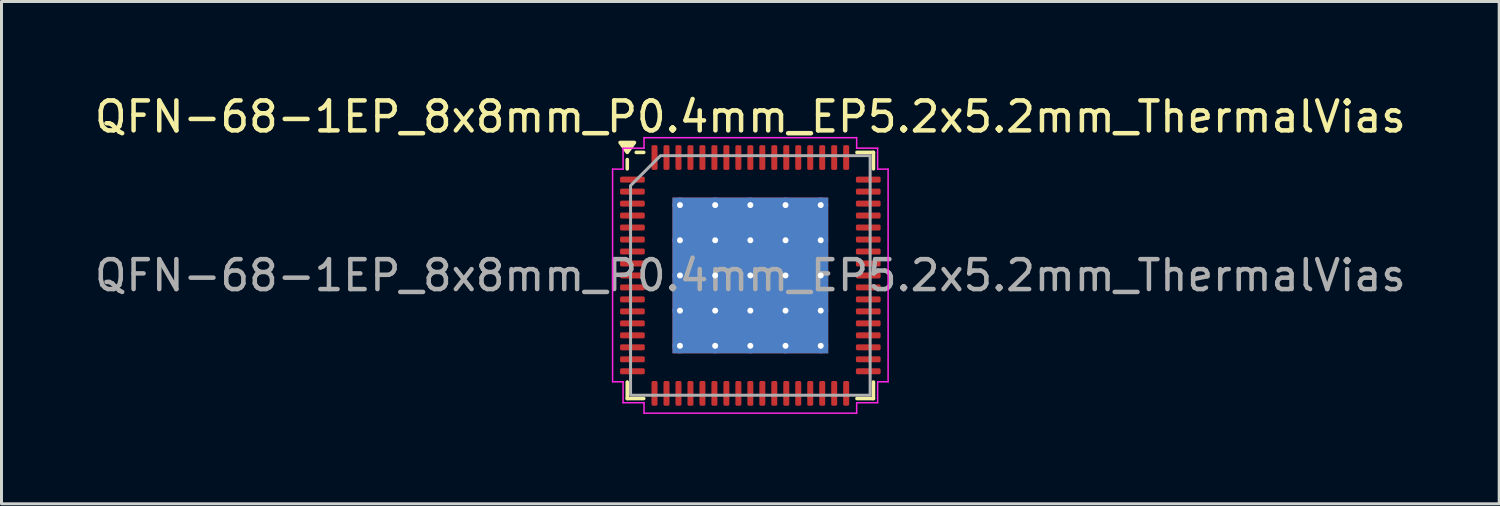
<source format=kicad_pcb>
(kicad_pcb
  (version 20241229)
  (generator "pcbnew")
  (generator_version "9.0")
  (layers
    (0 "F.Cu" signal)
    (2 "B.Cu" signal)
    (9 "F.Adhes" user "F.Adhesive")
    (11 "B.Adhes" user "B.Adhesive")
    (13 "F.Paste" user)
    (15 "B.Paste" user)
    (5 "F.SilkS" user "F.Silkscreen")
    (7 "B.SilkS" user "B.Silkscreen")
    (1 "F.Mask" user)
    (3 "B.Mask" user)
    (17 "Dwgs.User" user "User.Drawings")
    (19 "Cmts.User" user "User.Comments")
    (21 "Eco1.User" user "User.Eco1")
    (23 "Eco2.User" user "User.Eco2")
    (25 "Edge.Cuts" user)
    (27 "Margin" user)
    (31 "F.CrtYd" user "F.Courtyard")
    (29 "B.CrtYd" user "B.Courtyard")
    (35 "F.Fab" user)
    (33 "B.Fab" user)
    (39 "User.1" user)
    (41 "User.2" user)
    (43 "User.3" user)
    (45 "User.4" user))
  (footprint "QFN-68-1EP_8x8mm_P0.4mm_EP5.2x5.2mm_ThermalVias"
    (layer "F.Cu")
    (at 22.006 6.148)
    (property "Reference" "QFN-68-1EP_8x8mm_P0.4mm_EP5.2x5.2mm_ThermalVias" (at 0 -5.3 0) (layer "F.SilkS") (effects (font (size 1 1) (thickness 0.15))))
    (attr smd)
    (fp_line (start -4.11 -3.56) (end -4.11 -3.87) (stroke (width 0.12) (type solid)) (layer "F.SilkS"))
    (fp_line (start -4.11 4.11) (end -4.11 3.56) (stroke (width 0.12) (type solid)) (layer "F.SilkS"))
    (fp_line (start -3.56 -4.11) (end -3.81 -4.11) (stroke (width 0.12) (type solid)) (layer "F.SilkS"))
    (fp_line (start -3.56 4.11) (end -4.11 4.11) (stroke (width 0.12) (type solid)) (layer "F.SilkS"))
    (fp_line (start 3.56 -4.11) (end 4.11 -4.11) (stroke (width 0.12) (type solid)) (layer "F.SilkS"))
    (fp_line (start 3.56 4.11) (end 4.11 4.11) (stroke (width 0.12) (type solid)) (layer "F.SilkS"))
    (fp_line (start 4.11 -4.11) (end 4.11 -3.56) (stroke (width 0.12) (type solid)) (layer "F.SilkS"))
    (fp_line (start 4.11 4.11) (end 4.11 3.56) (stroke (width 0.12) (type solid)) (layer "F.SilkS"))
    (fp_poly (pts (xy -4.11 -4.11) (xy -4.35 -4.44) (xy -3.87 -4.44)) (stroke (width 0.12) (type solid)) (fill yes) (layer "F.SilkS"))
    (fp_line (start -4.6 -3.55) (end -4.25 -3.55) (stroke (width 0.05) (type solid)) (layer "F.CrtYd"))
    (fp_line (start -4.6 3.55) (end -4.6 -3.55) (stroke (width 0.05) (type solid)) (layer "F.CrtYd"))
    (fp_line (start -4.25 -4.25) (end -3.55 -4.25) (stroke (width 0.05) (type solid)) (layer "F.CrtYd"))
    (fp_line (start -4.25 -3.55) (end -4.25 -4.25) (stroke (width 0.05) (type solid)) (layer "F.CrtYd"))
    (fp_line (start -4.25 3.55) (end -4.6 3.55) (stroke (width 0.05) (type solid)) (layer "F.CrtYd"))
    (fp_line (start -4.25 4.25) (end -4.25 3.55) (stroke (width 0.05) (type solid)) (layer "F.CrtYd"))
    (fp_line (start -3.55 -4.6) (end 3.55 -4.6) (stroke (width 0.05) (type solid)) (layer "F.CrtYd"))
    (fp_line (start -3.55 -4.25) (end -3.55 -4.6) (stroke (width 0.05) (type solid)) (layer "F.CrtYd"))
    (fp_line (start -3.55 4.25) (end -4.25 4.25) (stroke (width 0.05) (type solid)) (layer "F.CrtYd"))
    (fp_line (start -3.55 4.6) (end -3.55 4.25) (stroke (width 0.05) (type solid)) (layer "F.CrtYd"))
    (fp_line (start 3.55 -4.6) (end 3.55 -4.25) (stroke (width 0.05) (type solid)) (layer "F.CrtYd"))
    (fp_line (start 3.55 -4.25) (end 4.25 -4.25) (stroke (width 0.05) (type solid)) (layer "F.CrtYd"))
    (fp_line (start 3.55 4.25) (end 3.55 4.6) (stroke (width 0.05) (type solid)) (layer "F.CrtYd"))
    (fp_line (start 3.55 4.6) (end -3.55 4.6) (stroke (width 0.05) (type solid)) (layer "F.CrtYd"))
    (fp_line (start 4.25 -4.25) (end 4.25 -3.55) (stroke (width 0.05) (type solid)) (layer "F.CrtYd"))
    (fp_line (start 4.25 -3.55) (end 4.6 -3.55) (stroke (width 0.05) (type solid)) (layer "F.CrtYd"))
    (fp_line (start 4.25 3.55) (end 4.25 4.25) (stroke (width 0.05) (type solid)) (layer "F.CrtYd"))
    (fp_line (start 4.25 4.25) (end 3.55 4.25) (stroke (width 0.05) (type solid)) (layer "F.CrtYd"))
    (fp_line (start 4.6 -3.55) (end 4.6 3.55) (stroke (width 0.05) (type solid)) (layer "F.CrtYd"))
    (fp_line (start 4.6 3.55) (end 4.25 3.55) (stroke (width 0.05) (type solid)) (layer "F.CrtYd"))
    (fp_poly (pts (xy -4 -3) (xy -4 4) (xy 4 4) (xy 4 -4) (xy -3 -4)) (stroke (width 0.1) (type solid)) (fill no) (layer "F.Fab"))
    (fp_text user "${REFERENCE}" (at 0 0 0) (layer "F.Fab") (effects (font (size 1 1) (thickness 0.15))))
    (pad "" smd roundrect (at -1.95 -1.95) (size 1.01 1.01) (layers "F.Paste") (roundrect_rratio 0.248))
    (pad "" smd roundrect (at -1.95 -0.65) (size 1.01 1.01) (layers "F.Paste") (roundrect_rratio 0.248))
    (pad "" smd roundrect (at -1.95 0.65) (size 1.01 1.01) (layers "F.Paste") (roundrect_rratio 0.248))
    (pad "" smd roundrect (at -1.95 1.95) (size 1.01 1.01) (layers "F.Paste") (roundrect_rratio 0.248))
    (pad "" smd roundrect (at -0.65 -1.95) (size 1.01 1.01) (layers "F.Paste") (roundrect_rratio 0.248))
    (pad "" smd roundrect (at -0.65 -0.65) (size 1.01 1.01) (layers "F.Paste") (roundrect_rratio 0.248))
    (pad "" smd roundrect (at -0.65 0.65) (size 1.01 1.01) (layers "F.Paste") (roundrect_rratio 0.248))
    (pad "" smd roundrect (at -0.65 1.95) (size 1.01 1.01) (layers "F.Paste") (roundrect_rratio 0.248))
    (pad "" smd roundrect (at 0.65 -1.95) (size 1.01 1.01) (layers "F.Paste") (roundrect_rratio 0.248))
    (pad "" smd roundrect (at 0.65 -0.65) (size 1.01 1.01) (layers "F.Paste") (roundrect_rratio 0.248))
    (pad "" smd roundrect (at 0.65 0.65) (size 1.01 1.01) (layers "F.Paste") (roundrect_rratio 0.248))
    (pad "" smd roundrect (at 0.65 1.95) (size 1.01 1.01) (layers "F.Paste") (roundrect_rratio 0.248))
    (pad "" smd roundrect (at 1.95 -1.95) (size 1.01 1.01) (layers "F.Paste") (roundrect_rratio 0.248))
    (pad "" smd roundrect (at 1.95 -0.65) (size 1.01 1.01) (layers "F.Paste") (roundrect_rratio 0.248))
    (pad "" smd roundrect (at 1.95 0.65) (size 1.01 1.01) (layers "F.Paste") (roundrect_rratio 0.248))
    (pad "" smd roundrect (at 1.95 1.95) (size 1.01 1.01) (layers "F.Paste") (roundrect_rratio 0.248))
    (pad "1" smd roundrect (at -3.938 -3.2) (size 0.825 0.2) (layers "F.Cu" "F.Mask" "F.Paste") (roundrect_rratio 0.25))
    (pad "2" smd roundrect (at -3.938 -2.8) (size 0.825 0.2) (layers "F.Cu" "F.Mask" "F.Paste") (roundrect_rratio 0.25))
    (pad "3" smd roundrect (at -3.938 -2.4) (size 0.825 0.2) (layers "F.Cu" "F.Mask" "F.Paste") (roundrect_rratio 0.25))
    (pad "4" smd roundrect (at -3.938 -2) (size 0.825 0.2) (layers "F.Cu" "F.Mask" "F.Paste") (roundrect_rratio 0.25))
    (pad "5" smd roundrect (at -3.938 -1.6) (size 0.825 0.2) (layers "F.Cu" "F.Mask" "F.Paste") (roundrect_rratio 0.25))
    (pad "6" smd roundrect (at -3.938 -1.2) (size 0.825 0.2) (layers "F.Cu" "F.Mask" "F.Paste") (roundrect_rratio 0.25))
    (pad "7" smd roundrect (at -3.938 -0.8) (size 0.825 0.2) (layers "F.Cu" "F.Mask" "F.Paste") (roundrect_rratio 0.25))
    (pad "8" smd roundrect (at -3.938 -0.4) (size 0.825 0.2) (layers "F.Cu" "F.Mask" "F.Paste") (roundrect_rratio 0.25))
    (pad "9" smd roundrect (at -3.938 0) (size 0.825 0.2) (layers "F.Cu" "F.Mask" "F.Paste") (roundrect_rratio 0.25))
    (pad "10" smd roundrect (at -3.938 0.4) (size 0.825 0.2) (layers "F.Cu" "F.Mask" "F.Paste") (roundrect_rratio 0.25))
    (pad "11" smd roundrect (at -3.938 0.8) (size 0.825 0.2) (layers "F.Cu" "F.Mask" "F.Paste") (roundrect_rratio 0.25))
    (pad "12" smd roundrect (at -3.938 1.2) (size 0.825 0.2) (layers "F.Cu" "F.Mask" "F.Paste") (roundrect_rratio 0.25))
    (pad "13" smd roundrect (at -3.938 1.6) (size 0.825 0.2) (layers "F.Cu" "F.Mask" "F.Paste") (roundrect_rratio 0.25))
    (pad "14" smd roundrect (at -3.938 2) (size 0.825 0.2) (layers "F.Cu" "F.Mask" "F.Paste") (roundrect_rratio 0.25))
    (pad "15" smd roundrect (at -3.938 2.4) (size 0.825 0.2) (layers "F.Cu" "F.Mask" "F.Paste") (roundrect_rratio 0.25))
    (pad "16" smd roundrect (at -3.938 2.8) (size 0.825 0.2) (layers "F.Cu" "F.Mask" "F.Paste") (roundrect_rratio 0.25))
    (pad "17" smd roundrect (at -3.938 3.2) (size 0.825 0.2) (layers "F.Cu" "F.Mask" "F.Paste") (roundrect_rratio 0.25))
    (pad "18" smd roundrect (at -3.2 3.938) (size 0.2 0.825) (layers "F.Cu" "F.Mask" "F.Paste") (roundrect_rratio 0.25))
    (pad "19" smd roundrect (at -2.8 3.938) (size 0.2 0.825) (layers "F.Cu" "F.Mask" "F.Paste") (roundrect_rratio 0.25))
    (pad "20" smd roundrect (at -2.4 3.938) (size 0.2 0.825) (layers "F.Cu" "F.Mask" "F.Paste") (roundrect_rratio 0.25))
    (pad "21" smd roundrect (at -2 3.938) (size 0.2 0.825) (layers "F.Cu" "F.Mask" "F.Paste") (roundrect_rratio 0.25))
    (pad "22" smd roundrect (at -1.6 3.938) (size 0.2 0.825) (layers "F.Cu" "F.Mask" "F.Paste") (roundrect_rratio 0.25))
    (pad "23" smd roundrect (at -1.2 3.938) (size 0.2 0.825) (layers "F.Cu" "F.Mask" "F.Paste") (roundrect_rratio 0.25))
    (pad "24" smd roundrect (at -0.8 3.938) (size 0.2 0.825) (layers "F.Cu" "F.Mask" "F.Paste") (roundrect_rratio 0.25))
    (pad "25" smd roundrect (at -0.4 3.938) (size 0.2 0.825) (layers "F.Cu" "F.Mask" "F.Paste") (roundrect_rratio 0.25))
    (pad "26" smd roundrect (at 0 3.938) (size 0.2 0.825) (layers "F.Cu" "F.Mask" "F.Paste") (roundrect_rratio 0.25))
    (pad "27" smd roundrect (at 0.4 3.938) (size 0.2 0.825) (layers "F.Cu" "F.Mask" "F.Paste") (roundrect_rratio 0.25))
    (pad "28" smd roundrect (at 0.8 3.938) (size 0.2 0.825) (layers "F.Cu" "F.Mask" "F.Paste") (roundrect_rratio 0.25))
    (pad "29" smd roundrect (at 1.2 3.938) (size 0.2 0.825) (layers "F.Cu" "F.Mask" "F.Paste") (roundrect_rratio 0.25))
    (pad "30" smd roundrect (at 1.6 3.938) (size 0.2 0.825) (layers "F.Cu" "F.Mask" "F.Paste") (roundrect_rratio 0.25))
    (pad "31" smd roundrect (at 2 3.938) (size 0.2 0.825) (layers "F.Cu" "F.Mask" "F.Paste") (roundrect_rratio 0.25))
    (pad "32" smd roundrect (at 2.4 3.938) (size 0.2 0.825) (layers "F.Cu" "F.Mask" "F.Paste") (roundrect_rratio 0.25))
    (pad "33" smd roundrect (at 2.8 3.938) (size 0.2 0.825) (layers "F.Cu" "F.Mask" "F.Paste") (roundrect_rratio 0.25))
    (pad "34" smd roundrect (at 3.2 3.938) (size 0.2 0.825) (layers "F.Cu" "F.Mask" "F.Paste") (roundrect_rratio 0.25))
    (pad "35" smd roundrect (at 3.938 3.2) (size 0.825 0.2) (layers "F.Cu" "F.Mask" "F.Paste") (roundrect_rratio 0.25))
    (pad "36" smd roundrect (at 3.938 2.8) (size 0.825 0.2) (layers "F.Cu" "F.Mask" "F.Paste") (roundrect_rratio 0.25))
    (pad "37" smd roundrect (at 3.938 2.4) (size 0.825 0.2) (layers "F.Cu" "F.Mask" "F.Paste") (roundrect_rratio 0.25))
    (pad "38" smd roundrect (at 3.938 2) (size 0.825 0.2) (layers "F.Cu" "F.Mask" "F.Paste") (roundrect_rratio 0.25))
    (pad "39" smd roundrect (at 3.938 1.6) (size 0.825 0.2) (layers "F.Cu" "F.Mask" "F.Paste") (roundrect_rratio 0.25))
    (pad "40" smd roundrect (at 3.938 1.2) (size 0.825 0.2) (layers "F.Cu" "F.Mask" "F.Paste") (roundrect_rratio 0.25))
    (pad "41" smd roundrect (at 3.938 0.8) (size 0.825 0.2) (layers "F.Cu" "F.Mask" "F.Paste") (roundrect_rratio 0.25))
    (pad "42" smd roundrect (at 3.938 0.4) (size 0.825 0.2) (layers "F.Cu" "F.Mask" "F.Paste") (roundrect_rratio 0.25))
    (pad "43" smd roundrect (at 3.938 0) (size 0.825 0.2) (layers "F.Cu" "F.Mask" "F.Paste") (roundrect_rratio 0.25))
    (pad "44" smd roundrect (at 3.938 -0.4) (size 0.825 0.2) (layers "F.Cu" "F.Mask" "F.Paste") (roundrect_rratio 0.25))
    (pad "45" smd roundrect (at 3.938 -0.8) (size 0.825 0.2) (layers "F.Cu" "F.Mask" "F.Paste") (roundrect_rratio 0.25))
    (pad "46" smd roundrect (at 3.938 -1.2) (size 0.825 0.2) (layers "F.Cu" "F.Mask" "F.Paste") (roundrect_rratio 0.25))
    (pad "47" smd roundrect (at 3.938 -1.6) (size 0.825 0.2) (layers "F.Cu" "F.Mask" "F.Paste") (roundrect_rratio 0.25))
    (pad "48" smd roundrect (at 3.938 -2) (size 0.825 0.2) (layers "F.Cu" "F.Mask" "F.Paste") (roundrect_rratio 0.25))
    (pad "49" smd roundrect (at 3.938 -2.4) (size 0.825 0.2) (layers "F.Cu" "F.Mask" "F.Paste") (roundrect_rratio 0.25))
    (pad "50" smd roundrect (at 3.938 -2.8) (size 0.825 0.2) (layers "F.Cu" "F.Mask" "F.Paste") (roundrect_rratio 0.25))
    (pad "51" smd roundrect (at 3.938 -3.2) (size 0.825 0.2) (layers "F.Cu" "F.Mask" "F.Paste") (roundrect_rratio 0.25))
    (pad "52" smd roundrect (at 3.2 -3.938) (size 0.2 0.825) (layers "F.Cu" "F.Mask" "F.Paste") (roundrect_rratio 0.25))
    (pad "53" smd roundrect (at 2.8 -3.938) (size 0.2 0.825) (layers "F.Cu" "F.Mask" "F.Paste") (roundrect_rratio 0.25))
    (pad "54" smd roundrect (at 2.4 -3.938) (size 0.2 0.825) (layers "F.Cu" "F.Mask" "F.Paste") (roundrect_rratio 0.25))
    (pad "55" smd roundrect (at 2 -3.938) (size 0.2 0.825) (layers "F.Cu" "F.Mask" "F.Paste") (roundrect_rratio 0.25))
    (pad "56" smd roundrect (at 1.6 -3.938) (size 0.2 0.825) (layers "F.Cu" "F.Mask" "F.Paste") (roundrect_rratio 0.25))
    (pad "57" smd roundrect (at 1.2 -3.938) (size 0.2 0.825) (layers "F.Cu" "F.Mask" "F.Paste") (roundrect_rratio 0.25))
    (pad "58" smd roundrect (at 0.8 -3.938) (size 0.2 0.825) (layers "F.Cu" "F.Mask" "F.Paste") (roundrect_rratio 0.25))
    (pad "59" smd roundrect (at 0.4 -3.938) (size 0.2 0.825) (layers "F.Cu" "F.Mask" "F.Paste") (roundrect_rratio 0.25))
    (pad "60" smd roundrect (at 0 -3.938) (size 0.2 0.825) (layers "F.Cu" "F.Mask" "F.Paste") (roundrect_rratio 0.25))
    (pad "61" smd roundrect (at -0.4 -3.938) (size 0.2 0.825) (layers "F.Cu" "F.Mask" "F.Paste") (roundrect_rratio 0.25))
    (pad "62" smd roundrect (at -0.8 -3.938) (size 0.2 0.825) (layers "F.Cu" "F.Mask" "F.Paste") (roundrect_rratio 0.25))
    (pad "63" smd roundrect (at -1.2 -3.938) (size 0.2 0.825) (layers "F.Cu" "F.Mask" "F.Paste") (roundrect_rratio 0.25))
    (pad "64" smd roundrect (at -1.6 -3.938) (size 0.2 0.825) (layers "F.Cu" "F.Mask" "F.Paste") (roundrect_rratio 0.25))
    (pad "65" smd roundrect (at -2 -3.938) (size 0.2 0.825) (layers "F.Cu" "F.Mask" "F.Paste") (roundrect_rratio 0.25))
    (pad "66" smd roundrect (at -2.4 -3.938) (size 0.2 0.825) (layers "F.Cu" "F.Mask" "F.Paste") (roundrect_rratio 0.25))
    (pad "67" smd roundrect (at -2.8 -3.938) (size 0.2 0.825) (layers "F.Cu" "F.Mask" "F.Paste") (roundrect_rratio 0.25))
    (pad "68" smd roundrect (at -3.2 -3.938) (size 0.2 0.825) (layers "F.Cu" "F.Mask" "F.Paste") (roundrect_rratio 0.25))
    (pad "69" thru_hole circle (at -2.35 -2.35) (size 0.5 0.5) (drill 0.2) (property pad_prop_heatsink) (layers "*.Cu"))
    (pad "69" thru_hole circle (at -2.35 -1.175) (size 0.5 0.5) (drill 0.2) (property pad_prop_heatsink) (layers "*.Cu"))
    (pad "69" thru_hole circle (at -2.35 0) (size 0.5 0.5) (drill 0.2) (property pad_prop_heatsink) (layers "*.Cu"))
    (pad "69" thru_hole circle (at -2.35 1.175) (size 0.5 0.5) (drill 0.2) (property pad_prop_heatsink) (layers "*.Cu"))
    (pad "69" thru_hole circle (at -2.35 2.35) (size 0.5 0.5) (drill 0.2) (property pad_prop_heatsink) (layers "*.Cu"))
    (pad "69" thru_hole circle (at -1.175 -2.35) (size 0.5 0.5) (drill 0.2) (property pad_prop_heatsink) (layers "*.Cu"))
    (pad "69" thru_hole circle (at -1.175 -1.175) (size 0.5 0.5) (drill 0.2) (property pad_prop_heatsink) (layers "*.Cu"))
    (pad "69" thru_hole circle (at -1.175 0) (size 0.5 0.5) (drill 0.2) (property pad_prop_heatsink) (layers "*.Cu"))
    (pad "69" thru_hole circle (at -1.175 1.175) (size 0.5 0.5) (drill 0.2) (property pad_prop_heatsink) (layers "*.Cu"))
    (pad "69" thru_hole circle (at -1.175 2.35) (size 0.5 0.5) (drill 0.2) (property pad_prop_heatsink) (layers "*.Cu"))
    (pad "69" thru_hole circle (at 0 -2.35) (size 0.5 0.5) (drill 0.2) (property pad_prop_heatsink) (layers "*.Cu"))
    (pad "69" thru_hole circle (at 0 -1.175) (size 0.5 0.5) (drill 0.2) (property pad_prop_heatsink) (layers "*.Cu"))
    (pad "69" thru_hole circle (at 0 0) (size 0.5 0.5) (drill 0.2) (property pad_prop_heatsink) (layers "*.Cu"))
    (pad "69" smd rect (at 0 0) (size 5.2 5.2) (property pad_prop_heatsink) (layers "F.Cu" "F.Mask"))
    (pad "69" smd rect (at 0 0) (size 5.2 5.2) (property pad_prop_heatsink) (layers "B.Cu"))
    (pad "69" thru_hole circle (at 0 1.175) (size 0.5 0.5) (drill 0.2) (property pad_prop_heatsink) (layers "*.Cu"))
    (pad "69" thru_hole circle (at 0 2.35) (size 0.5 0.5) (drill 0.2) (property pad_prop_heatsink) (layers "*.Cu"))
    (pad "69" thru_hole circle (at 1.175 -2.35) (size 0.5 0.5) (drill 0.2) (property pad_prop_heatsink) (layers "*.Cu"))
    (pad "69" thru_hole circle (at 1.175 -1.175) (size 0.5 0.5) (drill 0.2) (property pad_prop_heatsink) (layers "*.Cu"))
    (pad "69" thru_hole circle (at 1.175 0) (size 0.5 0.5) (drill 0.2) (property pad_prop_heatsink) (layers "*.Cu"))
    (pad "69" thru_hole circle (at 1.175 1.175) (size 0.5 0.5) (drill 0.2) (property pad_prop_heatsink) (layers "*.Cu"))
    (pad "69" thru_hole circle (at 1.175 2.35) (size 0.5 0.5) (drill 0.2) (property pad_prop_heatsink) (layers "*.Cu"))
    (pad "69" thru_hole circle (at 2.35 -2.35) (size 0.5 0.5) (drill 0.2) (property pad_prop_heatsink) (layers "*.Cu"))
    (pad "69" thru_hole circle (at 2.35 -1.175) (size 0.5 0.5) (drill 0.2) (property pad_prop_heatsink) (layers "*.Cu"))
    (pad "69" thru_hole circle (at 2.35 0) (size 0.5 0.5) (drill 0.2) (property pad_prop_heatsink) (layers "*.Cu"))
    (pad "69" thru_hole circle (at 2.35 1.175) (size 0.5 0.5) (drill 0.2) (property pad_prop_heatsink) (layers "*.Cu"))
    (pad "69" thru_hole circle (at 2.35 2.35) (size 0.5 0.5) (drill 0.2) (property pad_prop_heatsink) (layers "*.Cu")))
  (gr_rect
    (start -3 -3)
    (end 47.012 13.773)
    (stroke (width 0.1) (type default))
    (fill no)
    (layer "Edge.Cuts")))
</source>
